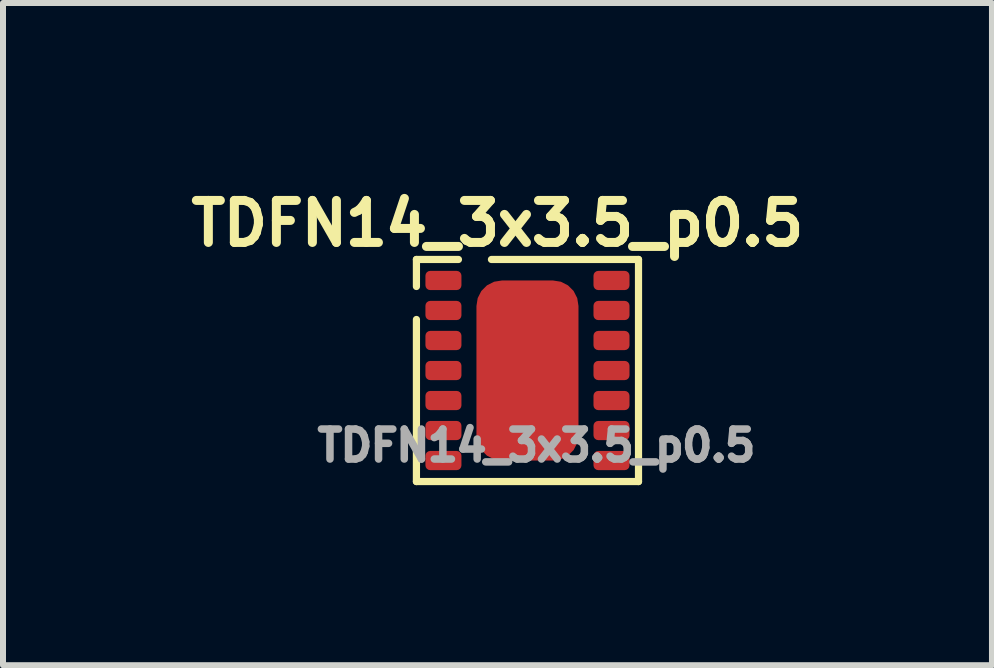
<source format=kicad_pcb>
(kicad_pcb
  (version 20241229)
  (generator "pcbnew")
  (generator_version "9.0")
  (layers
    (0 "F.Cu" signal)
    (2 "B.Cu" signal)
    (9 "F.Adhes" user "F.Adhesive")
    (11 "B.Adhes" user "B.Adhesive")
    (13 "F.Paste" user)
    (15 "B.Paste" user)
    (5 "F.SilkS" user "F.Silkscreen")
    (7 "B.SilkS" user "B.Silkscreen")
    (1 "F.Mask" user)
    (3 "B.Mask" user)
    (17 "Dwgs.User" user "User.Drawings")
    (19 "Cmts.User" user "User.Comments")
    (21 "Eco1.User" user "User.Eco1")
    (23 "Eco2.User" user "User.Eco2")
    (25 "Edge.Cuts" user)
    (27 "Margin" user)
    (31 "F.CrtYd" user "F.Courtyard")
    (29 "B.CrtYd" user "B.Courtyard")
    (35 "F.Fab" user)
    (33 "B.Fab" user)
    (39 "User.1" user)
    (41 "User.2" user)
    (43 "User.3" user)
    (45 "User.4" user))
  (footprint "TDFN14_3x3.5_p0.5"
    (layer "F.Cu")
    (at 5.738 3.123)
    (property "Reference" "TDFN14_3x3.5_p0.5" (at -0.5 -2.45 0) (unlocked yes) (layer "F.SilkS") (effects (font (size 0.7 0.7) (thickness 0.15))))
    (attr smd)
    (fp_line (start -1.85 -1.85) (end -1.85 -1.4) (stroke (width 0.12) (type default)) (layer "F.SilkS"))
    (fp_line (start -1.85 -0.85) (end -1.85 1.85) (stroke (width 0.12) (type default)) (layer "F.SilkS"))
    (fp_line (start -1.85 1.85) (end 1.85 1.85) (stroke (width 0.12) (type default)) (layer "F.SilkS"))
    (fp_line (start -1.15 -1.85) (end -1.85 -1.85) (stroke (width 0.12) (type default)) (layer "F.SilkS"))
    (fp_line (start 1.85 -1.85) (end -0.6 -1.85) (stroke (width 0.12) (type default)) (layer "F.SilkS"))
    (fp_line (start 1.85 1.85) (end 1.85 -1.85) (stroke (width 0.12) (type default)) (layer "F.SilkS"))
    (fp_rect (start -0.65 -1.25) (end -0.15 -0.15) (stroke (width 0.12) (type solid)) (fill yes) (layer "F.Paste"))
    (fp_rect (start -0.65 0.15) (end -0.15 1.25) (stroke (width 0.12) (type solid)) (fill yes) (layer "F.Paste"))
    (fp_rect (start 0.125 -1.25) (end 0.625 -0.15) (stroke (width 0.12) (type solid)) (fill yes) (layer "F.Paste"))
    (fp_rect (start 0.125 0.15) (end 0.625 1.25) (stroke (width 0.12) (type solid)) (fill yes) (layer "F.Paste"))
    (fp_text user "${REFERENCE}" (at 0.15 1.25 0) (unlocked yes) (layer "F.Fab") (effects (font (size 0.5 0.5) (thickness 0.125))))
    (pad "1" smd roundrect (at -1.4 -1.5) (size 0.6 0.32) (layers "F.Cu" "F.Mask" "F.Paste") (roundrect_rratio 0.25))
    (pad "2" smd roundrect (at -1.4 -1) (size 0.6 0.32) (layers "F.Cu" "F.Mask" "F.Paste") (roundrect_rratio 0.25))
    (pad "3" smd roundrect (at -1.4 -0.5) (size 0.6 0.32) (layers "F.Cu" "F.Mask" "F.Paste") (roundrect_rratio 0.25))
    (pad "4" smd roundrect (at -1.4 0) (size 0.6 0.32) (layers "F.Cu" "F.Mask" "F.Paste") (roundrect_rratio 0.25))
    (pad "5" smd roundrect (at -1.4 0.5) (size 0.6 0.32) (layers "F.Cu" "F.Mask" "F.Paste") (roundrect_rratio 0.25))
    (pad "6" smd roundrect (at -1.4 1) (size 0.6 0.32) (layers "F.Cu" "F.Mask" "F.Paste") (roundrect_rratio 0.25))
    (pad "7" smd roundrect (at -1.4 1.5) (size 0.6 0.32) (layers "F.Cu" "F.Mask" "F.Paste") (roundrect_rratio 0.25))
    (pad "8" smd roundrect (at 1.4 1.5) (size 0.6 0.32) (layers "F.Cu" "F.Mask" "F.Paste") (roundrect_rratio 0.25))
    (pad "9" smd roundrect (at 1.4 1) (size 0.6 0.32) (layers "F.Cu" "F.Mask" "F.Paste") (roundrect_rratio 0.25))
    (pad "10" smd roundrect (at 1.4 0.5) (size 0.6 0.32) (layers "F.Cu" "F.Mask" "F.Paste") (roundrect_rratio 0.25))
    (pad "11" smd roundrect (at 1.4 0) (size 0.6 0.32) (layers "F.Cu" "F.Mask" "F.Paste") (roundrect_rratio 0.25))
    (pad "12" smd roundrect (at 1.4 -0.5) (size 0.6 0.32) (layers "F.Cu" "F.Mask" "F.Paste") (roundrect_rratio 0.25))
    (pad "13" smd roundrect (at 1.4 -1) (size 0.6 0.32) (layers "F.Cu" "F.Mask" "F.Paste") (roundrect_rratio 0.25))
    (pad "14" smd roundrect (at 1.4 -1.5) (size 0.6 0.32) (layers "F.Cu" "F.Mask" "F.Paste") (roundrect_rratio 0.25))
    (pad "EP" smd roundrect (at 0 0) (size 1.7 3) (layers "F.Cu" "F.Mask") (roundrect_rratio 0.25)))
  (gr_rect
    (start -3 -3)
    (end 13.477 8.033)
    (stroke (width 0.1) (type default))
    (fill no)
    (layer "Edge.Cuts")))
</source>
